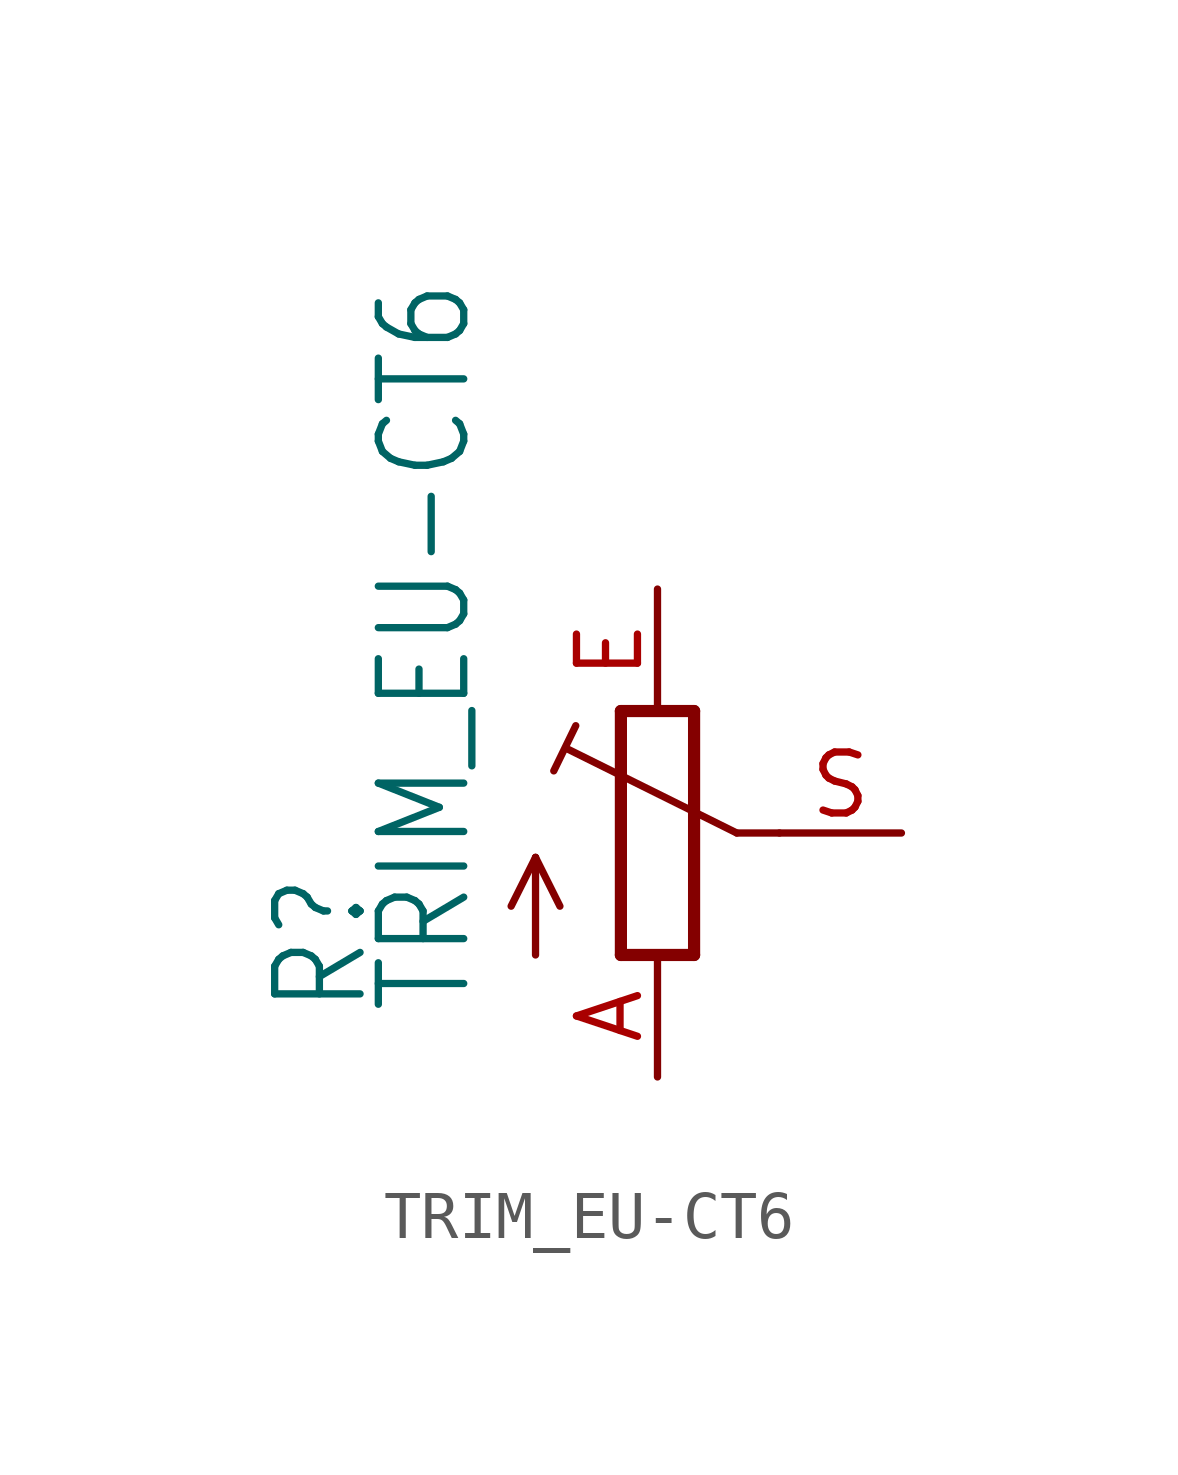
<source format=kicad_sym>
(kicad_symbol_lib
  (version 20211014)
  (generator kicad_symbol_editor)
  (symbol "TRIM_EU-CT6"
    (property "Reference" "R"
      (at -5.969 -3.81 90)
      (effects (font (size 1.778 1.511)) (justify left bottom)))
    (property "Value" "TRIM_EU-CT6"
      (at -3.81 -3.81 90)
      (effects (font (size 1.778 1.511)) (justify left bottom)))
    (property "ki_locked" ""
      (at 0 0 0)
      (effects (font (size 1.27 1.27))))
    (symbol "TRIM_EU-CT6_1_0"
      (polyline (pts (xy -2.54 -2.54) (xy -2.54 -0.508)) (stroke (width 0.152) (type default) (color 0 0 0 0)) (fill (type none)))
      (polyline (pts (xy -2.54 -0.508) (xy -3.048 -1.524)) (stroke (width 0.152) (type default) (color 0 0 0 0)) (fill (type none)))
      (polyline (pts (xy -2.54 -0.508) (xy -2.032 -1.524)) (stroke (width 0.152) (type default) (color 0 0 0 0)) (fill (type none)))
      (polyline (pts (xy -2.16 1.294) (xy -1.702 2.235)) (stroke (width 0.152) (type default) (color 0 0 0 0)) (fill (type none)))
      (polyline (pts (xy -0.762 -2.54) (xy 0.762 -2.54)) (stroke (width 0.254) (type default) (color 0 0 0 0)) (fill (type none)))
      (polyline (pts (xy -0.762 2.54) (xy -0.762 -2.54)) (stroke (width 0.254) (type default) (color 0 0 0 0)) (fill (type none)))
      (polyline (pts (xy 0.762 -2.54) (xy 0.762 2.54)) (stroke (width 0.254) (type default) (color 0 0 0 0)) (fill (type none)))
      (polyline (pts (xy 0.762 2.54) (xy -0.762 2.54)) (stroke (width 0.254) (type default) (color 0 0 0 0)) (fill (type none)))
      (polyline (pts (xy 1.651 0) (xy -1.88 1.753)) (stroke (width 0.152) (type default) (color 0 0 0 0)) (fill (type none)))
      (polyline (pts (xy 2.54 0) (xy 1.651 0)) (stroke (width 0.152) (type default) (color 0 0 0 0)) (fill (type none)))
      (pin passive line (at 0 -5.08 90) (length 2.54) (name "A" (effects (font (size 0 0)))) (number "A" (effects (font (size 1.27 1.27)))))
      (pin passive line (at 0 5.08 270) (length 2.54) (name "E" (effects (font (size 0 0)))) (number "E" (effects (font (size 1.27 1.27)))))
      (pin passive line (at 5.08 0 180) (length 2.54) (name "S" (effects (font (size 0 0)))) (number "S" (effects (font (size 1.27 1.27))))))))
</source>
